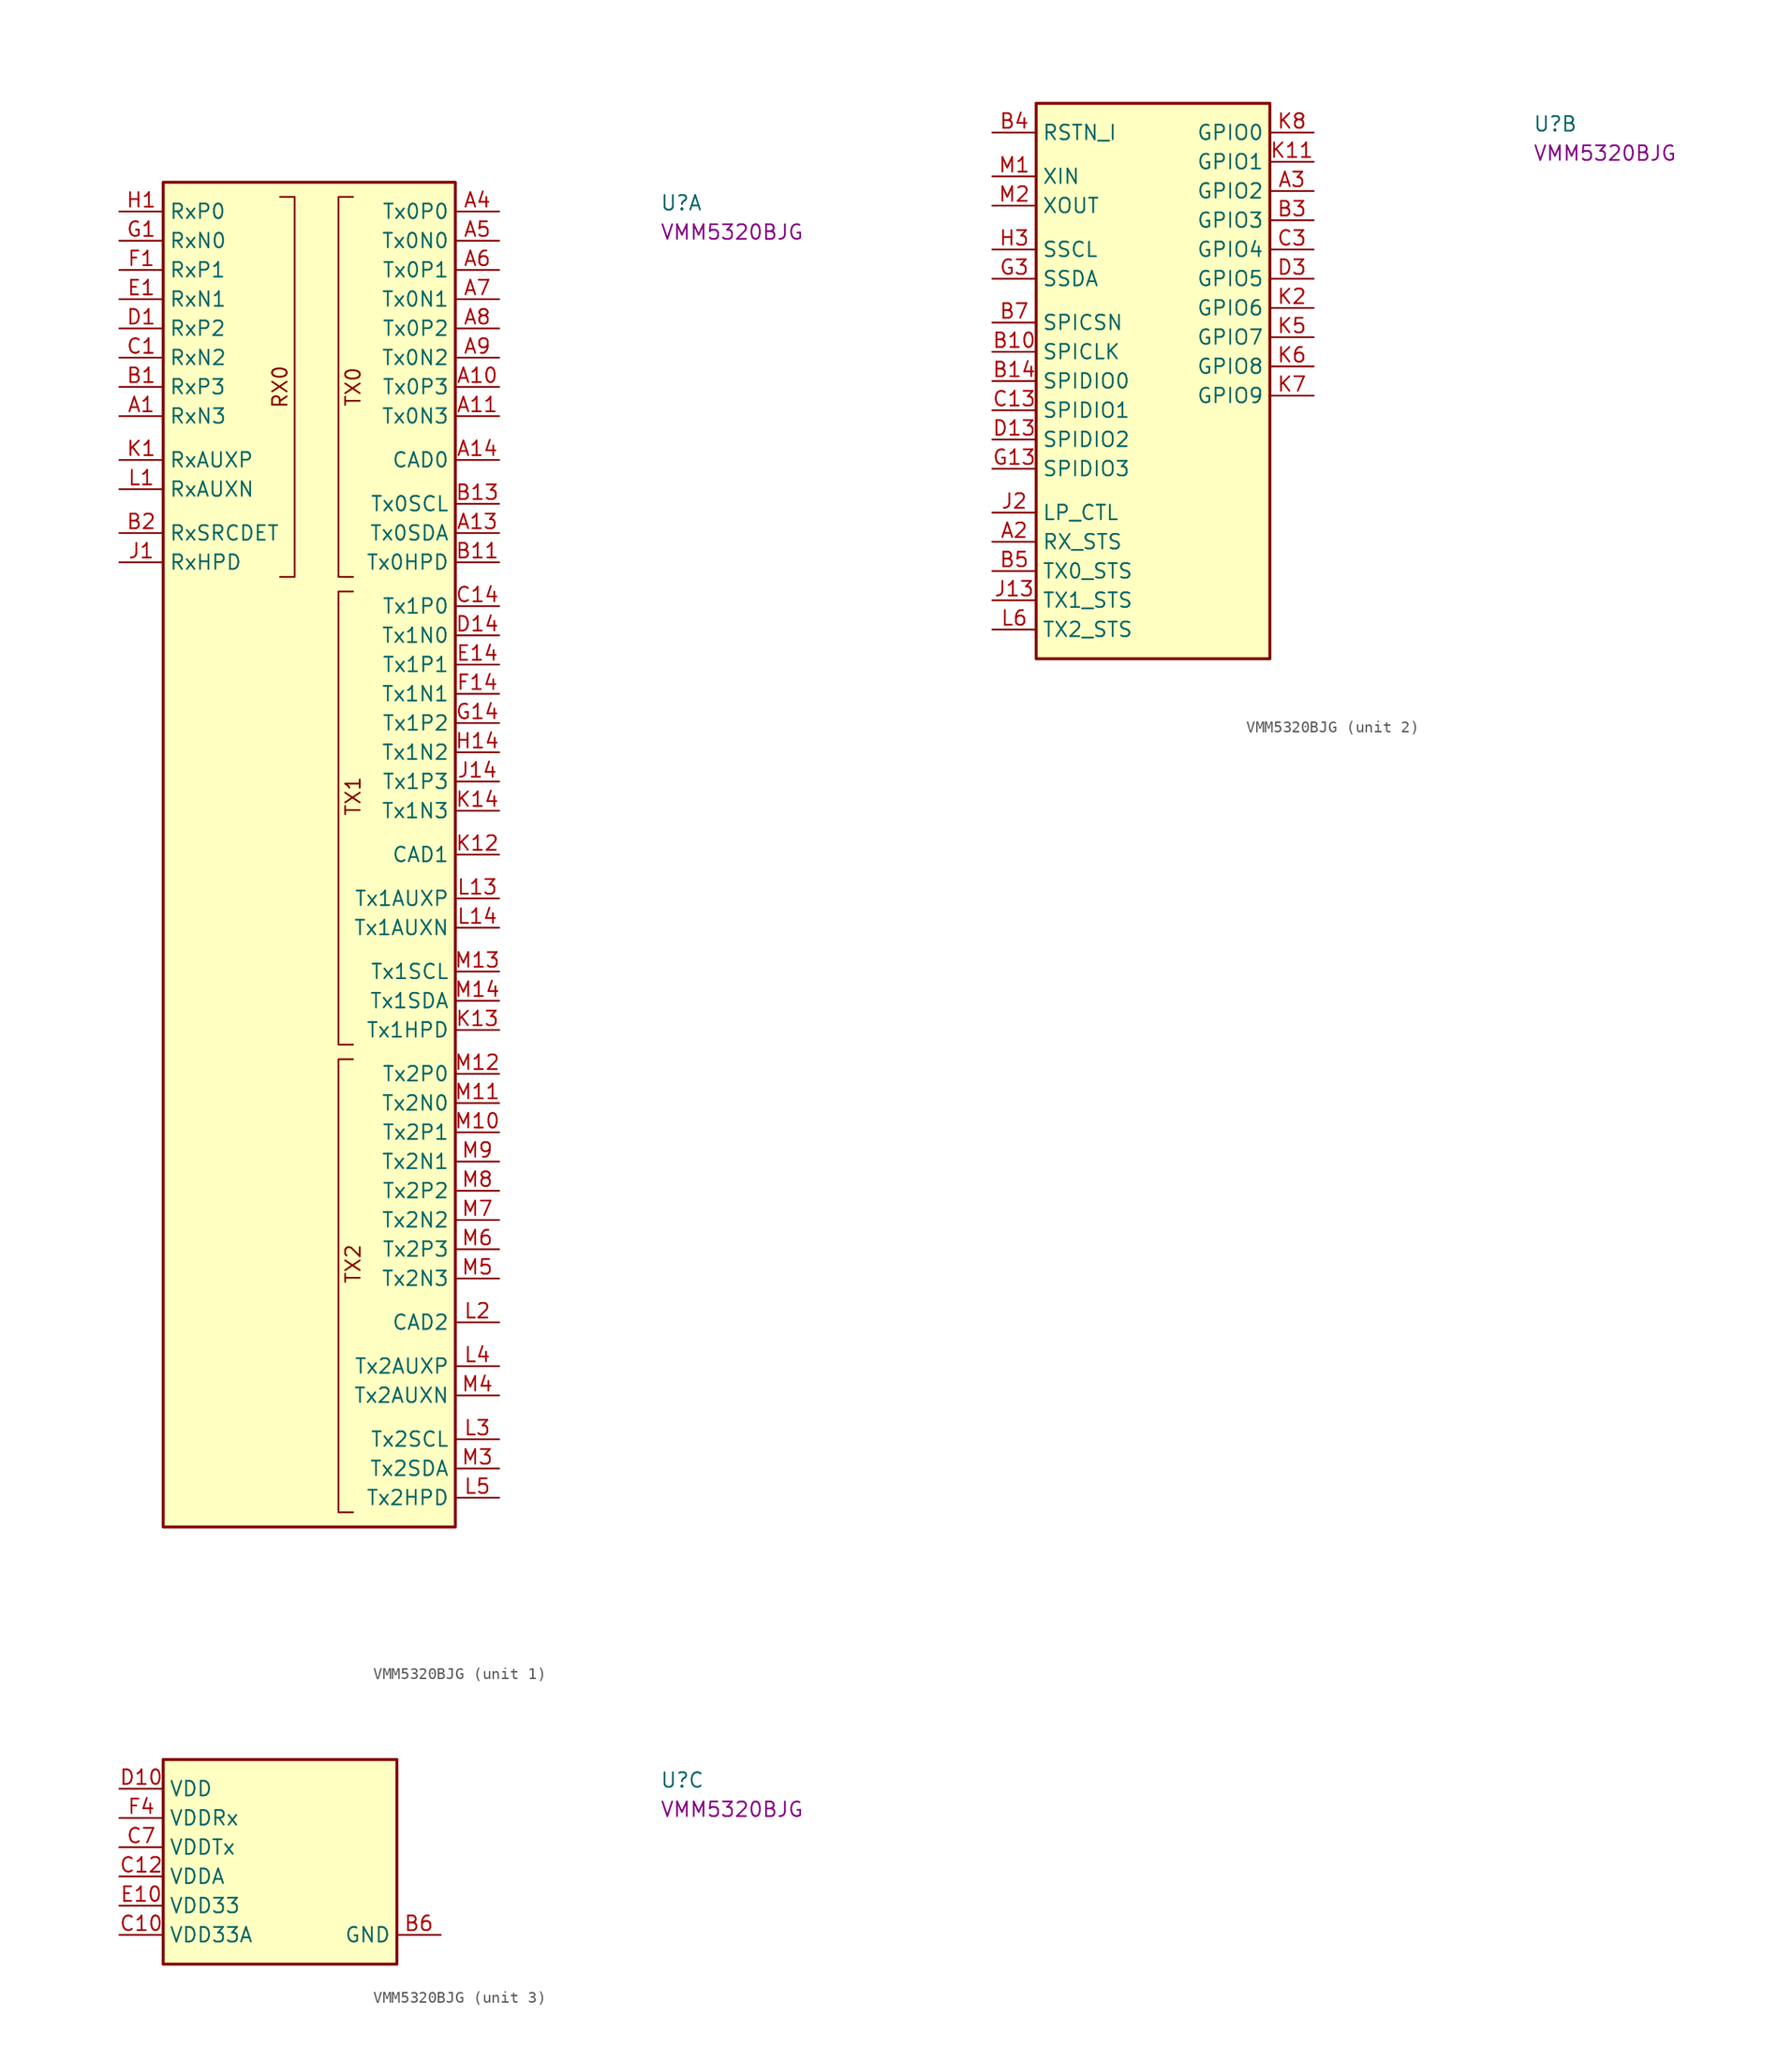
<source format=kicad_sym>
(kicad_symbol_lib
  (version 20220914)
  (generator kicad_symbol_editor)
  (symbol "VMM5320BJG"
    (property "Reference" "U"
      (at 46.99 0 0)
      (effects (font (size 1.27 1.27) (thickness 0.15)) (justify left bottom)))
    (property "MPN" "VMM5320BJG"
      (at 46.99 -2.54 0)
      (effects (font (size 1.27 1.27) (thickness 0.15)) (justify left bottom)))
    (property "ki_locked" ""
      (at 0 0 0)
      (effects (font (size 1.27 1.27))))
    (symbol "VMM5320BJG_1_1"
      (polyline (pts (xy 13.97 1.27) (xy 15.24 1.27) (xy 15.24 -31.75) (xy 13.97 -31.75)) (stroke (width 0) (type default)) (fill (type none)))
      (polyline (pts (xy 20.32 -73.66) (xy 19.05 -73.66) (xy 19.05 -113.03) (xy 20.32 -113.03)) (stroke (width 0) (type default)) (fill (type none)))
      (polyline (pts (xy 20.32 -33.02) (xy 19.05 -33.02) (xy 19.05 -72.39) (xy 20.32 -72.39)) (stroke (width 0) (type default)) (fill (type none)))
      (polyline (pts (xy 20.32 1.27) (xy 19.05 1.27) (xy 19.05 -31.75) (xy 20.32 -31.75)) (stroke (width 0) (type default)) (fill (type none)))
      (rectangle (start 3.81 2.54) (end 29.21 -114.3) (stroke (width 0.254) (type default)) (fill (type background)))
      (text "RX0" (at 13.97 -15.24 900) (effects (font (size 1.27 1.27))))
      (text "TX0" (at 20.32 -15.24 900) (effects (font (size 1.27 1.27))))
      (text "TX1" (at 20.32 -50.8 900) (effects (font (size 1.27 1.27))))
      (text "TX2" (at 20.32 -91.44 900) (effects (font (size 1.27 1.27))))
      (pin input line (at 0 -17.78 0) (length 3.81) (name "RxN3" (effects (font (size 1.27 1.27)))) (number "A1" (effects (font (size 1.27 1.27)))))
      (pin output line (at 33.02 -15.24 180) (length 3.81) (name "Tx0P3" (effects (font (size 1.27 1.27)))) (number "A10" (effects (font (size 1.27 1.27)))))
      (pin output line (at 33.02 -17.78 180) (length 3.81) (name "Tx0N3" (effects (font (size 1.27 1.27)))) (number "A11" (effects (font (size 1.27 1.27)))))
      (pin bidirectional line (at 33.02 -27.94 180) (length 3.81) (name "Tx0SDA" (effects (font (size 1.27 1.27)))) (number "A13" (effects (font (size 1.27 1.27)))))
      (pin input line (at 33.02 -21.59 180) (length 3.81) (name "CAD0" (effects (font (size 1.27 1.27)))) (number "A14" (effects (font (size 1.27 1.27)))))
      (pin output line (at 33.02 0 180) (length 3.81) (name "Tx0P0" (effects (font (size 1.27 1.27)))) (number "A4" (effects (font (size 1.27 1.27)))))
      (pin output line (at 33.02 -2.54 180) (length 3.81) (name "Tx0N0" (effects (font (size 1.27 1.27)))) (number "A5" (effects (font (size 1.27 1.27)))))
      (pin output line (at 33.02 -5.08 180) (length 3.81) (name "Tx0P1" (effects (font (size 1.27 1.27)))) (number "A6" (effects (font (size 1.27 1.27)))))
      (pin output line (at 33.02 -7.62 180) (length 3.81) (name "Tx0N1" (effects (font (size 1.27 1.27)))) (number "A7" (effects (font (size 1.27 1.27)))))
      (pin output line (at 33.02 -10.16 180) (length 3.81) (name "Tx0P2" (effects (font (size 1.27 1.27)))) (number "A8" (effects (font (size 1.27 1.27)))))
      (pin output line (at 33.02 -12.7 180) (length 3.81) (name "Tx0N2" (effects (font (size 1.27 1.27)))) (number "A9" (effects (font (size 1.27 1.27)))))
      (pin input line (at 0 -15.24 0) (length 3.81) (name "RxP3" (effects (font (size 1.27 1.27)))) (number "B1" (effects (font (size 1.27 1.27)))))
      (pin input line (at 33.02 -30.48 180) (length 3.81) (name "Tx0HPD" (effects (font (size 1.27 1.27)))) (number "B11" (effects (font (size 1.27 1.27)))))
      (pin output line (at 33.02 -25.4 180) (length 3.81) (name "Tx0SCL" (effects (font (size 1.27 1.27)))) (number "B13" (effects (font (size 1.27 1.27)))))
      (pin input line (at 0 -27.94 0) (length 3.81) (name "RxSRCDET" (effects (font (size 1.27 1.27)))) (number "B2" (effects (font (size 1.27 1.27)))))
      (pin input line (at 0 -12.7 0) (length 3.81) (name "RxN2" (effects (font (size 1.27 1.27)))) (number "C1" (effects (font (size 1.27 1.27)))))
      (pin output line (at 33.02 -34.29 180) (length 3.81) (name "Tx1P0" (effects (font (size 1.27 1.27)))) (number "C14" (effects (font (size 1.27 1.27)))))
      (pin input line (at 0 -10.16 0) (length 3.81) (name "RxP2" (effects (font (size 1.27 1.27)))) (number "D1" (effects (font (size 1.27 1.27)))))
      (pin output line (at 33.02 -36.83 180) (length 3.81) (name "Tx1N0" (effects (font (size 1.27 1.27)))) (number "D14" (effects (font (size 1.27 1.27)))))
      (pin input line (at 0 -7.62 0) (length 3.81) (name "RxN1" (effects (font (size 1.27 1.27)))) (number "E1" (effects (font (size 1.27 1.27)))))
      (pin output line (at 33.02 -39.37 180) (length 3.81) (name "Tx1P1" (effects (font (size 1.27 1.27)))) (number "E14" (effects (font (size 1.27 1.27)))))
      (pin input line (at 0 -5.08 0) (length 3.81) (name "RxP1" (effects (font (size 1.27 1.27)))) (number "F1" (effects (font (size 1.27 1.27)))))
      (pin output line (at 33.02 -41.91 180) (length 3.81) (name "Tx1N1" (effects (font (size 1.27 1.27)))) (number "F14" (effects (font (size 1.27 1.27)))))
      (pin input line (at 0 -2.54 0) (length 3.81) (name "RxN0" (effects (font (size 1.27 1.27)))) (number "G1" (effects (font (size 1.27 1.27)))))
      (pin output line (at 33.02 -44.45 180) (length 3.81) (name "Tx1P2" (effects (font (size 1.27 1.27)))) (number "G14" (effects (font (size 1.27 1.27)))))
      (pin input line (at 0 0 0) (length 3.81) (name "RxP0" (effects (font (size 1.27 1.27)))) (number "H1" (effects (font (size 1.27 1.27)))))
      (pin output line (at 33.02 -46.99 180) (length 3.81) (name "Tx1N2" (effects (font (size 1.27 1.27)))) (number "H14" (effects (font (size 1.27 1.27)))))
      (pin output line (at 0 -30.48 0) (length 3.81) (name "RxHPD" (effects (font (size 1.27 1.27)))) (number "J1" (effects (font (size 1.27 1.27)))))
      (pin output line (at 33.02 -49.53 180) (length 3.81) (name "Tx1P3" (effects (font (size 1.27 1.27)))) (number "J14" (effects (font (size 1.27 1.27)))))
      (pin bidirectional line (at 0 -21.59 0) (length 3.81) (name "RxAUXP" (effects (font (size 1.27 1.27)))) (number "K1" (effects (font (size 1.27 1.27)))))
      (pin input line (at 33.02 -55.88 180) (length 3.81) (name "CAD1" (effects (font (size 1.27 1.27)))) (number "K12" (effects (font (size 1.27 1.27)))))
      (pin input line (at 33.02 -71.12 180) (length 3.81) (name "Tx1HPD" (effects (font (size 1.27 1.27)))) (number "K13" (effects (font (size 1.27 1.27)))))
      (pin output line (at 33.02 -52.07 180) (length 3.81) (name "Tx1N3" (effects (font (size 1.27 1.27)))) (number "K14" (effects (font (size 1.27 1.27)))))
      (pin bidirectional line (at 0 -24.13 0) (length 3.81) (name "RxAUXN" (effects (font (size 1.27 1.27)))) (number "L1" (effects (font (size 1.27 1.27)))))
      (pin bidirectional line (at 33.02 -59.69 180) (length 3.81) (name "Tx1AUXP" (effects (font (size 1.27 1.27)))) (number "L13" (effects (font (size 1.27 1.27)))))
      (pin bidirectional line (at 33.02 -62.23 180) (length 3.81) (name "Tx1AUXN" (effects (font (size 1.27 1.27)))) (number "L14" (effects (font (size 1.27 1.27)))))
      (pin input line (at 33.02 -96.52 180) (length 3.81) (name "CAD2" (effects (font (size 1.27 1.27)))) (number "L2" (effects (font (size 1.27 1.27)))))
      (pin output line (at 33.02 -106.68 180) (length 3.81) (name "Tx2SCL" (effects (font (size 1.27 1.27)))) (number "L3" (effects (font (size 1.27 1.27)))))
      (pin bidirectional line (at 33.02 -100.33 180) (length 3.81) (name "Tx2AUXP" (effects (font (size 1.27 1.27)))) (number "L4" (effects (font (size 1.27 1.27)))))
      (pin input line (at 33.02 -111.76 180) (length 3.81) (name "Tx2HPD" (effects (font (size 1.27 1.27)))) (number "L5" (effects (font (size 1.27 1.27)))))
      (pin output line (at 33.02 -80.01 180) (length 3.81) (name "Tx2P1" (effects (font (size 1.27 1.27)))) (number "M10" (effects (font (size 1.27 1.27)))))
      (pin output line (at 33.02 -77.47 180) (length 3.81) (name "Tx2N0" (effects (font (size 1.27 1.27)))) (number "M11" (effects (font (size 1.27 1.27)))))
      (pin output line (at 33.02 -74.93 180) (length 3.81) (name "Tx2P0" (effects (font (size 1.27 1.27)))) (number "M12" (effects (font (size 1.27 1.27)))))
      (pin output line (at 33.02 -66.04 180) (length 3.81) (name "Tx1SCL" (effects (font (size 1.27 1.27)))) (number "M13" (effects (font (size 1.27 1.27)))))
      (pin bidirectional line (at 33.02 -68.58 180) (length 3.81) (name "Tx1SDA" (effects (font (size 1.27 1.27)))) (number "M14" (effects (font (size 1.27 1.27)))))
      (pin bidirectional line (at 33.02 -109.22 180) (length 3.81) (name "Tx2SDA" (effects (font (size 1.27 1.27)))) (number "M3" (effects (font (size 1.27 1.27)))))
      (pin bidirectional line (at 33.02 -102.87 180) (length 3.81) (name "Tx2AUXN" (effects (font (size 1.27 1.27)))) (number "M4" (effects (font (size 1.27 1.27)))))
      (pin output line (at 33.02 -92.71 180) (length 3.81) (name "Tx2N3" (effects (font (size 1.27 1.27)))) (number "M5" (effects (font (size 1.27 1.27)))))
      (pin output line (at 33.02 -90.17 180) (length 3.81) (name "Tx2P3" (effects (font (size 1.27 1.27)))) (number "M6" (effects (font (size 1.27 1.27)))))
      (pin output line (at 33.02 -87.63 180) (length 3.81) (name "Tx2N2" (effects (font (size 1.27 1.27)))) (number "M7" (effects (font (size 1.27 1.27)))))
      (pin output line (at 33.02 -85.09 180) (length 3.81) (name "Tx2P2" (effects (font (size 1.27 1.27)))) (number "M8" (effects (font (size 1.27 1.27)))))
      (pin output line (at 33.02 -82.55 180) (length 3.81) (name "Tx2N1" (effects (font (size 1.27 1.27)))) (number "M9" (effects (font (size 1.27 1.27))))))
    (symbol "VMM5320BJG_2_1"
      (rectangle (start 3.81 2.54) (end 24.13 -45.72) (stroke (width 0.254) (type default)) (fill (type background)))
      (pin output line (at 0 -35.56 0) (length 3.81) (name "RX_STS" (effects (font (size 1.27 1.27)))) (number "A2" (effects (font (size 1.27 1.27)))))
      (pin bidirectional line (at 27.94 -5.08 180) (length 3.81) (name "GPIO2" (effects (font (size 1.27 1.27)))) (number "A3" (effects (font (size 1.27 1.27)))))
      (pin output line (at 0 -19.05 0) (length 3.81) (name "SPICLK" (effects (font (size 1.27 1.27)))) (number "B10" (effects (font (size 1.27 1.27)))))
      (pin bidirectional line (at 0 -21.59 0) (length 3.81) (name "SPIDIO0" (effects (font (size 1.27 1.27)))) (number "B14" (effects (font (size 1.27 1.27)))))
      (pin bidirectional line (at 27.94 -7.62 180) (length 3.81) (name "GPIO3" (effects (font (size 1.27 1.27)))) (number "B3" (effects (font (size 1.27 1.27)))))
      (pin input line (at 0 0 0) (length 3.81) (name "RSTN_I" (effects (font (size 1.27 1.27)))) (number "B4" (effects (font (size 1.27 1.27)))))
      (pin output line (at 0 -38.1 0) (length 3.81) (name "TX0_STS" (effects (font (size 1.27 1.27)))) (number "B5" (effects (font (size 1.27 1.27)))))
      (pin output line (at 0 -16.51 0) (length 3.81) (name "SPICSN" (effects (font (size 1.27 1.27)))) (number "B7" (effects (font (size 1.27 1.27)))))
      (pin bidirectional line (at 0 -24.13 0) (length 3.81) (name "SPIDIO1" (effects (font (size 1.27 1.27)))) (number "C13" (effects (font (size 1.27 1.27)))))
      (pin bidirectional line (at 27.94 -10.16 180) (length 3.81) (name "GPIO4" (effects (font (size 1.27 1.27)))) (number "C3" (effects (font (size 1.27 1.27)))))
      (pin bidirectional line (at 0 -26.67 0) (length 3.81) (name "SPIDIO2" (effects (font (size 1.27 1.27)))) (number "D13" (effects (font (size 1.27 1.27)))))
      (pin bidirectional line (at 27.94 -12.7 180) (length 3.81) (name "GPIO5" (effects (font (size 1.27 1.27)))) (number "D3" (effects (font (size 1.27 1.27)))))
      (pin bidirectional line (at 0 -29.21 0) (length 3.81) (name "SPIDIO3" (effects (font (size 1.27 1.27)))) (number "G13" (effects (font (size 1.27 1.27)))))
      (pin bidirectional line (at 0 -12.7 0) (length 3.81) (name "SSDA" (effects (font (size 1.27 1.27)))) (number "G3" (effects (font (size 1.27 1.27)))))
      (pin bidirectional line (at 0 -10.16 0) (length 3.81) (name "SSCL" (effects (font (size 1.27 1.27)))) (number "H3" (effects (font (size 1.27 1.27)))))
      (pin output line (at 0 -40.64 0) (length 3.81) (name "TX1_STS" (effects (font (size 1.27 1.27)))) (number "J13" (effects (font (size 1.27 1.27)))))
      (pin input line (at 0 -33.02 0) (length 3.81) (name "LP_CTL" (effects (font (size 1.27 1.27)))) (number "J2" (effects (font (size 1.27 1.27)))))
      (pin bidirectional line (at 27.94 -2.54 180) (length 3.81) (name "GPIO1" (effects (font (size 1.27 1.27)))) (number "K11" (effects (font (size 1.27 1.27)))))
      (pin bidirectional line (at 27.94 -15.24 180) (length 3.81) (name "GPIO6" (effects (font (size 1.27 1.27)))) (number "K2" (effects (font (size 1.27 1.27)))))
      (pin bidirectional line (at 27.94 -17.78 180) (length 3.81) (name "GPIO7" (effects (font (size 1.27 1.27)))) (number "K5" (effects (font (size 1.27 1.27)))))
      (pin bidirectional line (at 27.94 -20.32 180) (length 3.81) (name "GPIO8" (effects (font (size 1.27 1.27)))) (number "K6" (effects (font (size 1.27 1.27)))))
      (pin bidirectional line (at 27.94 -22.86 180) (length 3.81) (name "GPIO9" (effects (font (size 1.27 1.27)))) (number "K7" (effects (font (size 1.27 1.27)))))
      (pin bidirectional line (at 27.94 0 180) (length 3.81) (name "GPIO0" (effects (font (size 1.27 1.27)))) (number "K8" (effects (font (size 1.27 1.27)))))
      (pin output line (at 0 -43.18 0) (length 3.81) (name "TX2_STS" (effects (font (size 1.27 1.27)))) (number "L6" (effects (font (size 1.27 1.27)))))
      (pin input line (at 0 -3.81 0) (length 3.81) (name "XIN" (effects (font (size 1.27 1.27)))) (number "M1" (effects (font (size 1.27 1.27)))))
      (pin output line (at 0 -6.35 0) (length 3.81) (name "XOUT" (effects (font (size 1.27 1.27)))) (number "M2" (effects (font (size 1.27 1.27))))))
    (symbol "VMM5320BJG_3_1"
      (rectangle (start 3.81 2.54) (end 24.13 -15.24) (stroke (width 0.254) (type default)) (fill (type background)))
      (pin no_connect line (at 24.13 0 180) (length 3.81) hide (name "NC" (effects (font (size 1.27 1.27)))) (number "A12" (effects (font (size 1.27 1.27)))))
      (pin no_connect line (at 24.13 -1.27 180) (length 3.81) hide (name "NC" (effects (font (size 1.27 1.27)))) (number "B12" (effects (font (size 1.27 1.27)))))
      (pin power_in line (at 27.94 -12.7 180) (length 3.81) (name "GND" (effects (font (size 1.27 1.27)))) (number "B6" (effects (font (size 1.27 1.27)))))
      (pin passive line (at 27.94 -12.7 180) (length 3.81) hide (name "GND" (effects (font (size 1.27 1.27)))) (number "B8" (effects (font (size 1.27 1.27)))))
      (pin passive line (at 27.94 -12.7 180) (length 3.81) hide (name "GND" (effects (font (size 1.27 1.27)))) (number "B9" (effects (font (size 1.27 1.27)))))
      (pin power_in line (at 0 -12.7 0) (length 3.81) (name "VDD33A" (effects (font (size 1.27 1.27)))) (number "C10" (effects (font (size 1.27 1.27)))))
      (pin no_connect line (at 24.13 -3.81 180) (length 3.81) hide (name "NC" (effects (font (size 1.27 1.27)))) (number "C11" (effects (font (size 1.27 1.27)))))
      (pin power_in line (at 0 -7.62 0) (length 3.81) (name "VDDA" (effects (font (size 1.27 1.27)))) (number "C12" (effects (font (size 1.27 1.27)))))
      (pin passive line (at 27.94 -12.7 180) (length 3.81) hide (name "GND" (effects (font (size 1.27 1.27)))) (number "C2" (effects (font (size 1.27 1.27)))))
      (pin passive line (at 0 -7.62 0) (length 3.81) hide (name "VDDA" (effects (font (size 1.27 1.27)))) (number "C4" (effects (font (size 1.27 1.27)))))
      (pin passive line (at 0 -7.62 0) (length 3.81) hide (name "VDDA" (effects (font (size 1.27 1.27)))) (number "C5" (effects (font (size 1.27 1.27)))))
      (pin passive line (at 0 -12.7 0) (length 3.81) hide (name "VDD33A" (effects (font (size 1.27 1.27)))) (number "C6" (effects (font (size 1.27 1.27)))))
      (pin power_in line (at 0 -5.08 0) (length 3.81) (name "VDDTx" (effects (font (size 1.27 1.27)))) (number "C7" (effects (font (size 1.27 1.27)))))
      (pin passive line (at 0 -5.08 0) (length 3.81) hide (name "VDDTx" (effects (font (size 1.27 1.27)))) (number "C8" (effects (font (size 1.27 1.27)))))
      (pin passive line (at 0 -5.08 0) (length 3.81) hide (name "VDDTx" (effects (font (size 1.27 1.27)))) (number "C9" (effects (font (size 1.27 1.27)))))
      (pin power_in line (at 0 0 0) (length 3.81) (name "VDD" (effects (font (size 1.27 1.27)))) (number "D10" (effects (font (size 1.27 1.27)))))
      (pin passive line (at 0 0 0) (length 3.81) hide (name "VDD" (effects (font (size 1.27 1.27)))) (number "D11" (effects (font (size 1.27 1.27)))))
      (pin passive line (at 0 -7.62 0) (length 3.81) hide (name "VDDA" (effects (font (size 1.27 1.27)))) (number "D12" (effects (font (size 1.27 1.27)))))
      (pin passive line (at 27.94 -12.7 180) (length 3.81) hide (name "GND" (effects (font (size 1.27 1.27)))) (number "D2" (effects (font (size 1.27 1.27)))))
      (pin passive line (at 0 -12.7 0) (length 3.81) hide (name "VDD33A" (effects (font (size 1.27 1.27)))) (number "D4" (effects (font (size 1.27 1.27)))))
      (pin passive line (at 0 0 0) (length 3.81) hide (name "VDD" (effects (font (size 1.27 1.27)))) (number "D5" (effects (font (size 1.27 1.27)))))
      (pin passive line (at 0 0 0) (length 3.81) hide (name "VDD" (effects (font (size 1.27 1.27)))) (number "D6" (effects (font (size 1.27 1.27)))))
      (pin passive line (at 0 0 0) (length 3.81) hide (name "VDD" (effects (font (size 1.27 1.27)))) (number "D7" (effects (font (size 1.27 1.27)))))
      (pin passive line (at 0 0 0) (length 3.81) hide (name "VDD" (effects (font (size 1.27 1.27)))) (number "D8" (effects (font (size 1.27 1.27)))))
      (pin passive line (at 0 0 0) (length 3.81) hide (name "VDD" (effects (font (size 1.27 1.27)))) (number "D9" (effects (font (size 1.27 1.27)))))
      (pin power_in line (at 0 -10.16 0) (length 3.81) (name "VDD33" (effects (font (size 1.27 1.27)))) (number "E10" (effects (font (size 1.27 1.27)))))
      (pin passive line (at 0 -10.16 0) (length 3.81) hide (name "VDD33" (effects (font (size 1.27 1.27)))) (number "E11" (effects (font (size 1.27 1.27)))))
      (pin passive line (at 0 -12.7 0) (length 3.81) hide (name "VDD33A" (effects (font (size 1.27 1.27)))) (number "E12" (effects (font (size 1.27 1.27)))))
      (pin passive line (at 27.94 -12.7 180) (length 3.81) hide (name "GND" (effects (font (size 1.27 1.27)))) (number "E13" (effects (font (size 1.27 1.27)))))
      (pin passive line (at 27.94 -12.7 180) (length 3.81) hide (name "GND" (effects (font (size 1.27 1.27)))) (number "E2" (effects (font (size 1.27 1.27)))))
      (pin no_connect line (at 24.13 -2.54 180) (length 3.81) hide (name "NC" (effects (font (size 1.27 1.27)))) (number "E3" (effects (font (size 1.27 1.27)))))
      (pin passive line (at 0 -7.62 0) (length 3.81) hide (name "VDDA" (effects (font (size 1.27 1.27)))) (number "E4" (effects (font (size 1.27 1.27)))))
      (pin passive line (at 0 -10.16 0) (length 3.81) hide (name "VDD33" (effects (font (size 1.27 1.27)))) (number "E5" (effects (font (size 1.27 1.27)))))
      (pin passive line (at 0 -10.16 0) (length 3.81) hide (name "VDD33" (effects (font (size 1.27 1.27)))) (number "E6" (effects (font (size 1.27 1.27)))))
      (pin passive line (at 27.94 -12.7 180) (length 3.81) hide (name "GND" (effects (font (size 1.27 1.27)))) (number "E7" (effects (font (size 1.27 1.27)))))
      (pin passive line (at 27.94 -12.7 180) (length 3.81) hide (name "GND" (effects (font (size 1.27 1.27)))) (number "E8" (effects (font (size 1.27 1.27)))))
      (pin passive line (at 27.94 -12.7 180) (length 3.81) hide (name "GND" (effects (font (size 1.27 1.27)))) (number "E9" (effects (font (size 1.27 1.27)))))
      (pin passive line (at 27.94 -12.7 180) (length 3.81) hide (name "GND" (effects (font (size 1.27 1.27)))) (number "F10" (effects (font (size 1.27 1.27)))))
      (pin passive line (at 27.94 -12.7 180) (length 3.81) hide (name "GND" (effects (font (size 1.27 1.27)))) (number "F11" (effects (font (size 1.27 1.27)))))
      (pin passive line (at 0 -5.08 0) (length 3.81) hide (name "VDDTx" (effects (font (size 1.27 1.27)))) (number "F12" (effects (font (size 1.27 1.27)))))
      (pin passive line (at 27.94 -12.7 180) (length 3.81) hide (name "GND" (effects (font (size 1.27 1.27)))) (number "F13" (effects (font (size 1.27 1.27)))))
      (pin passive line (at 27.94 -12.7 180) (length 3.81) hide (name "GND" (effects (font (size 1.27 1.27)))) (number "F2" (effects (font (size 1.27 1.27)))))
      (pin passive line (at 27.94 -12.7 180) (length 3.81) hide (name "GND" (effects (font (size 1.27 1.27)))) (number "F3" (effects (font (size 1.27 1.27)))))
      (pin power_in line (at 0 -2.54 0) (length 3.81) (name "VDDRx" (effects (font (size 1.27 1.27)))) (number "F4" (effects (font (size 1.27 1.27)))))
      (pin passive line (at 27.94 -12.7 180) (length 3.81) hide (name "GND" (effects (font (size 1.27 1.27)))) (number "F5" (effects (font (size 1.27 1.27)))))
      (pin passive line (at 27.94 -12.7 180) (length 3.81) hide (name "GND" (effects (font (size 1.27 1.27)))) (number "F6" (effects (font (size 1.27 1.27)))))
      (pin passive line (at 27.94 -12.7 180) (length 3.81) hide (name "GND" (effects (font (size 1.27 1.27)))) (number "F7" (effects (font (size 1.27 1.27)))))
      (pin passive line (at 27.94 -12.7 180) (length 3.81) hide (name "GND" (effects (font (size 1.27 1.27)))) (number "F8" (effects (font (size 1.27 1.27)))))
      (pin passive line (at 27.94 -12.7 180) (length 3.81) hide (name "GND" (effects (font (size 1.27 1.27)))) (number "F9" (effects (font (size 1.27 1.27)))))
      (pin passive line (at 0 -10.16 0) (length 3.81) hide (name "VDD33" (effects (font (size 1.27 1.27)))) (number "G10" (effects (font (size 1.27 1.27)))))
      (pin passive line (at 0 -10.16 0) (length 3.81) hide (name "VDD33" (effects (font (size 1.27 1.27)))) (number "G11" (effects (font (size 1.27 1.27)))))
      (pin passive line (at 0 -5.08 0) (length 3.81) hide (name "VDDTx" (effects (font (size 1.27 1.27)))) (number "G12" (effects (font (size 1.27 1.27)))))
      (pin passive line (at 27.94 -12.7 180) (length 3.81) hide (name "GND" (effects (font (size 1.27 1.27)))) (number "G2" (effects (font (size 1.27 1.27)))))
      (pin passive line (at 0 -2.54 0) (length 3.81) hide (name "VDDRx" (effects (font (size 1.27 1.27)))) (number "G4" (effects (font (size 1.27 1.27)))))
      (pin passive line (at 0 -10.16 0) (length 3.81) hide (name "VDD33" (effects (font (size 1.27 1.27)))) (number "G5" (effects (font (size 1.27 1.27)))))
      (pin passive line (at 0 -10.16 0) (length 3.81) hide (name "VDD33" (effects (font (size 1.27 1.27)))) (number "G6" (effects (font (size 1.27 1.27)))))
      (pin passive line (at 27.94 -12.7 180) (length 3.81) hide (name "GND" (effects (font (size 1.27 1.27)))) (number "G7" (effects (font (size 1.27 1.27)))))
      (pin passive line (at 27.94 -12.7 180) (length 3.81) hide (name "GND" (effects (font (size 1.27 1.27)))) (number "G8" (effects (font (size 1.27 1.27)))))
      (pin passive line (at 27.94 -12.7 180) (length 3.81) hide (name "GND" (effects (font (size 1.27 1.27)))) (number "G9" (effects (font (size 1.27 1.27)))))
      (pin passive line (at 0 0 0) (length 3.81) hide (name "VDD" (effects (font (size 1.27 1.27)))) (number "H10" (effects (font (size 1.27 1.27)))))
      (pin passive line (at 0 0 0) (length 3.81) hide (name "VDD" (effects (font (size 1.27 1.27)))) (number "H11" (effects (font (size 1.27 1.27)))))
      (pin passive line (at 0 -5.08 0) (length 3.81) hide (name "VDDTx" (effects (font (size 1.27 1.27)))) (number "H12" (effects (font (size 1.27 1.27)))))
      (pin passive line (at 27.94 -12.7 180) (length 3.81) hide (name "GND" (effects (font (size 1.27 1.27)))) (number "H13" (effects (font (size 1.27 1.27)))))
      (pin passive line (at 27.94 -12.7 180) (length 3.81) hide (name "GND" (effects (font (size 1.27 1.27)))) (number "H2" (effects (font (size 1.27 1.27)))))
      (pin passive line (at 0 -2.54 0) (length 3.81) hide (name "VDDRx" (effects (font (size 1.27 1.27)))) (number "H4" (effects (font (size 1.27 1.27)))))
      (pin passive line (at 0 0 0) (length 3.81) hide (name "VDD" (effects (font (size 1.27 1.27)))) (number "H5" (effects (font (size 1.27 1.27)))))
      (pin passive line (at 0 0 0) (length 3.81) hide (name "VDD" (effects (font (size 1.27 1.27)))) (number "H6" (effects (font (size 1.27 1.27)))))
      (pin passive line (at 0 0 0) (length 3.81) hide (name "VDD" (effects (font (size 1.27 1.27)))) (number "H7" (effects (font (size 1.27 1.27)))))
      (pin passive line (at 0 0 0) (length 3.81) hide (name "VDD" (effects (font (size 1.27 1.27)))) (number "H8" (effects (font (size 1.27 1.27)))))
      (pin passive line (at 0 0 0) (length 3.81) hide (name "VDD" (effects (font (size 1.27 1.27)))) (number "H9" (effects (font (size 1.27 1.27)))))
      (pin passive line (at 0 -7.62 0) (length 3.81) hide (name "VDDA" (effects (font (size 1.27 1.27)))) (number "J10" (effects (font (size 1.27 1.27)))))
      (pin passive line (at 0 -7.62 0) (length 3.81) hide (name "VDDA" (effects (font (size 1.27 1.27)))) (number "J11" (effects (font (size 1.27 1.27)))))
      (pin passive line (at 0 -12.7 0) (length 3.81) hide (name "VDD33A" (effects (font (size 1.27 1.27)))) (number "J12" (effects (font (size 1.27 1.27)))))
      (pin passive line (at 0 -7.62 0) (length 3.81) hide (name "VDDA" (effects (font (size 1.27 1.27)))) (number "J3" (effects (font (size 1.27 1.27)))))
      (pin passive line (at 0 -12.7 0) (length 3.81) hide (name "VDD33A" (effects (font (size 1.27 1.27)))) (number "J4" (effects (font (size 1.27 1.27)))))
      (pin no_connect line (at 24.13 -6.35 180) (length 3.81) hide (name "NC" (effects (font (size 1.27 1.27)))) (number "J5" (effects (font (size 1.27 1.27)))))
      (pin passive line (at 0 -5.08 0) (length 3.81) hide (name "VDDTx" (effects (font (size 1.27 1.27)))) (number "J6" (effects (font (size 1.27 1.27)))))
      (pin passive line (at 0 -5.08 0) (length 3.81) hide (name "VDDTx" (effects (font (size 1.27 1.27)))) (number "J7" (effects (font (size 1.27 1.27)))))
      (pin passive line (at 0 -5.08 0) (length 3.81) hide (name "VDDTx" (effects (font (size 1.27 1.27)))) (number "J8" (effects (font (size 1.27 1.27)))))
      (pin passive line (at 0 -12.7 0) (length 3.81) hide (name "VDD33A" (effects (font (size 1.27 1.27)))) (number "J9" (effects (font (size 1.27 1.27)))))
      (pin passive line (at 27.94 -12.7 180) (length 3.81) hide (name "GND" (effects (font (size 1.27 1.27)))) (number "K10" (effects (font (size 1.27 1.27)))))
      (pin passive line (at 0 -7.62 0) (length 3.81) hide (name "VDDA" (effects (font (size 1.27 1.27)))) (number "K3" (effects (font (size 1.27 1.27)))))
      (pin passive line (at 0 -10.16 0) (length 3.81) hide (name "VDD33" (effects (font (size 1.27 1.27)))) (number "K4" (effects (font (size 1.27 1.27)))))
      (pin no_connect line (at 24.13 -5.08 180) (length 3.81) hide (name "NC" (effects (font (size 1.27 1.27)))) (number "K9" (effects (font (size 1.27 1.27)))))
      (pin passive line (at 27.94 -12.7 180) (length 3.81) hide (name "GND" (effects (font (size 1.27 1.27)))) (number "L10" (effects (font (size 1.27 1.27)))))
      (pin passive line (at 27.94 -12.7 180) (length 3.81) hide (name "GND" (effects (font (size 1.27 1.27)))) (number "L11" (effects (font (size 1.27 1.27)))))
      (pin passive line (at 27.94 -12.7 180) (length 3.81) hide (name "GND" (effects (font (size 1.27 1.27)))) (number "L12" (effects (font (size 1.27 1.27)))))
      (pin passive line (at 27.94 -12.7 180) (length 3.81) hide (name "GND" (effects (font (size 1.27 1.27)))) (number "L7" (effects (font (size 1.27 1.27)))))
      (pin passive line (at 27.94 -12.7 180) (length 3.81) hide (name "GND" (effects (font (size 1.27 1.27)))) (number "L8" (effects (font (size 1.27 1.27)))))
      (pin passive line (at 27.94 -12.7 180) (length 3.81) hide (name "GND" (effects (font (size 1.27 1.27)))) (number "L9" (effects (font (size 1.27 1.27))))))))
</source>
